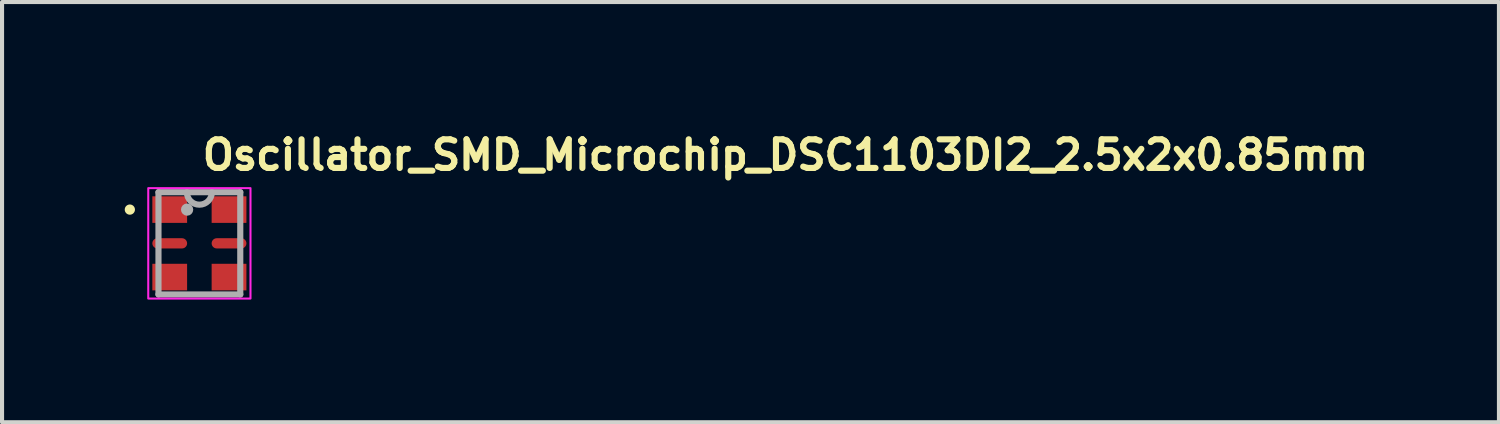
<source format=kicad_pcb>
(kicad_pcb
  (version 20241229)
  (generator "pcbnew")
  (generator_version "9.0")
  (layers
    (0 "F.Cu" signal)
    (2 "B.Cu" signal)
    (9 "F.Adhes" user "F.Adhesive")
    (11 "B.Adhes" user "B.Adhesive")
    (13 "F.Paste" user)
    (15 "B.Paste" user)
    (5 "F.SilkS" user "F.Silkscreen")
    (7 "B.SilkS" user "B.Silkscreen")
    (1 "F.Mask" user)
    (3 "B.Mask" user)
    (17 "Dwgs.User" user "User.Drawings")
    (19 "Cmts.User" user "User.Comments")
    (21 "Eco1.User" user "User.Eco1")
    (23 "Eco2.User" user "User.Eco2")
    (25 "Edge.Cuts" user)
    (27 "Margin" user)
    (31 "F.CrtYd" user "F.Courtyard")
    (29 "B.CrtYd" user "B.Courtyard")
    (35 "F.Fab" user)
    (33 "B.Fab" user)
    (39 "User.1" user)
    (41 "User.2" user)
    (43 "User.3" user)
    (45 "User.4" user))
  (footprint "Oscillator_SMD_Microchip_DSC1103DI2_2.5x2x0.85mm"
    (layer "F.Cu")
    (at 1.825 2.9)
    (property "Reference" "Oscillator_SMD_Microchip_DSC1103DI2_2.5x2x0.85mm" (at 0 -1.75 0) (unlocked yes) (layer "F.SilkS") (effects (font (size 0.7 0.7) (thickness 0.15)) (justify left bottom)))
    (attr smd)
    (fp_circle (center -1.7 -0.825) (end -1.65 -0.825) (stroke (width 0.15) (type solid)) (fill yes) (layer "F.SilkS"))
    (fp_rect (start -1.25 -1.35) (end 1.25 1.35) (stroke (width 0.05) (type solid)) (fill no) (layer "F.CrtYd"))
    (fp_line (start -1 -1.25) (end -1 1.25) (stroke (width 0.15) (type solid)) (layer "F.Fab"))
    (fp_line (start -1 1.25) (end 1 1.25) (stroke (width 0.15) (type solid)) (layer "F.Fab"))
    (fp_line (start 1 -1.25) (end -1 -1.25) (stroke (width 0.15) (type solid)) (layer "F.Fab"))
    (fp_line (start 1 1.25) (end 1 -1.25) (stroke (width 0.15) (type solid)) (layer "F.Fab"))
    (fp_arc (start 0.305 -1.25) (mid 0 -0.945) (end -0.305 -1.25) (stroke (width 0.15) (type solid)) (layer "F.Fab"))
    (fp_circle (center -0.3 -0.825) (end -0.3 -0.825) (stroke (width 0.15) (type solid)) (fill no) (layer "F.Fab"))
    (fp_rect (start -1 -1.25) (end 1 1.25) (stroke (width 0.1) (type solid)) (fill no) (layer "User.5"))
    (fp_line (start -1 -1.25) (end -1 1.25) (stroke (width 0.02) (type solid)) (layer "User.9"))
    (fp_line (start -1 1.25) (end 1 1.25) (stroke (width 0.02) (type solid)) (layer "User.9"))
    (fp_line (start -0.837 -0.958) (end -0.836 -0.948) (stroke (width 0.02) (type solid)) (layer "User.9"))
    (fp_line (start -0.837 -0.958) (end -0.836 -0.948) (stroke (width 0.02) (type solid)) (layer "User.9"))
    (fp_line (start -0.836 -0.979) (end -0.836 -0.969) (stroke (width 0.02) (type solid)) (layer "User.9"))
    (fp_line (start -0.836 -0.979) (end -0.836 -0.969) (stroke (width 0.02) (type solid)) (layer "User.9"))
    (fp_line (start -0.836 -0.969) (end -0.837 -0.958) (stroke (width 0.02) (type solid)) (layer "User.9"))
    (fp_line (start -0.836 -0.969) (end -0.837 -0.958) (stroke (width 0.02) (type solid)) (layer "User.9"))
    (fp_line (start -0.836 -0.948) (end -0.836 -0.937) (stroke (width 0.02) (type solid)) (layer "User.9"))
    (fp_line (start -0.836 -0.948) (end -0.836 -0.937) (stroke (width 0.02) (type solid)) (layer "User.9"))
    (fp_line (start -0.836 -0.937) (end -0.834 -0.927) (stroke (width 0.02) (type solid)) (layer "User.9"))
    (fp_line (start -0.836 -0.937) (end -0.834 -0.927) (stroke (width 0.02) (type solid)) (layer "User.9"))
    (fp_line (start -0.834 -0.989) (end -0.836 -0.979) (stroke (width 0.02) (type solid)) (layer "User.9"))
    (fp_line (start -0.834 -0.989) (end -0.836 -0.979) (stroke (width 0.02) (type solid)) (layer "User.9"))
    (fp_line (start -0.834 -0.927) (end -0.832 -0.917) (stroke (width 0.02) (type solid)) (layer "User.9"))
    (fp_line (start -0.834 -0.927) (end -0.832 -0.917) (stroke (width 0.02) (type solid)) (layer "User.9"))
    (fp_line (start -0.832 -1) (end -0.834 -0.989) (stroke (width 0.02) (type solid)) (layer "User.9"))
    (fp_line (start -0.832 -1) (end -0.834 -0.989) (stroke (width 0.02) (type solid)) (layer "User.9"))
    (fp_line (start -0.832 -0.917) (end -0.83 -0.907) (stroke (width 0.02) (type solid)) (layer "User.9"))
    (fp_line (start -0.832 -0.917) (end -0.83 -0.907) (stroke (width 0.02) (type solid)) (layer "User.9"))
    (fp_line (start -0.83 -1.009) (end -0.832 -1) (stroke (width 0.02) (type solid)) (layer "User.9"))
    (fp_line (start -0.83 -1.009) (end -0.832 -1) (stroke (width 0.02) (type solid)) (layer "User.9"))
    (fp_line (start -0.83 -0.907) (end -0.827 -0.897) (stroke (width 0.02) (type solid)) (layer "User.9"))
    (fp_line (start -0.83 -0.907) (end -0.827 -0.897) (stroke (width 0.02) (type solid)) (layer "User.9"))
    (fp_line (start -0.827 -1.019) (end -0.83 -1.009) (stroke (width 0.02) (type solid)) (layer "User.9"))
    (fp_line (start -0.827 -1.019) (end -0.83 -1.009) (stroke (width 0.02) (type solid)) (layer "User.9"))
    (fp_line (start -0.827 -0.897) (end -0.824 -0.887) (stroke (width 0.02) (type solid)) (layer "User.9"))
    (fp_line (start -0.827 -0.897) (end -0.824 -0.887) (stroke (width 0.02) (type solid)) (layer "User.9"))
    (fp_line (start -0.824 -1.029) (end -0.827 -1.019) (stroke (width 0.02) (type solid)) (layer "User.9"))
    (fp_line (start -0.824 -1.029) (end -0.827 -1.019) (stroke (width 0.02) (type solid)) (layer "User.9"))
    (fp_line (start -0.824 -0.887) (end -0.82 -0.878) (stroke (width 0.02) (type solid)) (layer "User.9"))
    (fp_line (start -0.824 -0.887) (end -0.82 -0.878) (stroke (width 0.02) (type solid)) (layer "User.9"))
    (fp_line (start -0.82 -1.038) (end -0.824 -1.029) (stroke (width 0.02) (type solid)) (layer "User.9"))
    (fp_line (start -0.82 -1.038) (end -0.824 -1.029) (stroke (width 0.02) (type solid)) (layer "User.9"))
    (fp_line (start -0.82 -0.878) (end -0.816 -0.869) (stroke (width 0.02) (type solid)) (layer "User.9"))
    (fp_line (start -0.82 -0.878) (end -0.816 -0.869) (stroke (width 0.02) (type solid)) (layer "User.9"))
    (fp_line (start -0.816 -1.047) (end -0.82 -1.038) (stroke (width 0.02) (type solid)) (layer "User.9"))
    (fp_line (start -0.816 -1.047) (end -0.82 -1.038) (stroke (width 0.02) (type solid)) (layer "User.9"))
    (fp_line (start -0.816 -0.869) (end -0.812 -0.86) (stroke (width 0.02) (type solid)) (layer "User.9"))
    (fp_line (start -0.816 -0.869) (end -0.812 -0.86) (stroke (width 0.02) (type solid)) (layer "User.9"))
    (fp_line (start -0.812 -1.056) (end -0.816 -1.047) (stroke (width 0.02) (type solid)) (layer "User.9"))
    (fp_line (start -0.812 -1.056) (end -0.816 -1.047) (stroke (width 0.02) (type solid)) (layer "User.9"))
    (fp_line (start -0.812 -0.86) (end -0.807 -0.852) (stroke (width 0.02) (type solid)) (layer "User.9"))
    (fp_line (start -0.812 -0.86) (end -0.807 -0.852) (stroke (width 0.02) (type solid)) (layer "User.9"))
    (fp_line (start -0.807 -1.065) (end -0.812 -1.056) (stroke (width 0.02) (type solid)) (layer "User.9"))
    (fp_line (start -0.807 -1.065) (end -0.812 -1.056) (stroke (width 0.02) (type solid)) (layer "User.9"))
    (fp_line (start -0.807 -0.852) (end -0.801 -0.843) (stroke (width 0.02) (type solid)) (layer "User.9"))
    (fp_line (start -0.807 -0.852) (end -0.801 -0.843) (stroke (width 0.02) (type solid)) (layer "User.9"))
    (fp_line (start -0.801 -1.073) (end -0.807 -1.065) (stroke (width 0.02) (type solid)) (layer "User.9"))
    (fp_line (start -0.801 -1.073) (end -0.807 -1.065) (stroke (width 0.02) (type solid)) (layer "User.9"))
    (fp_line (start -0.801 -0.843) (end -0.796 -0.835) (stroke (width 0.02) (type solid)) (layer "User.9"))
    (fp_line (start -0.801 -0.843) (end -0.796 -0.835) (stroke (width 0.02) (type solid)) (layer "User.9"))
    (fp_line (start -0.796 -1.081) (end -0.801 -1.073) (stroke (width 0.02) (type solid)) (layer "User.9"))
    (fp_line (start -0.796 -1.081) (end -0.801 -1.073) (stroke (width 0.02) (type solid)) (layer "User.9"))
    (fp_line (start -0.796 -0.835) (end -0.79 -0.827) (stroke (width 0.02) (type solid)) (layer "User.9"))
    (fp_line (start -0.796 -0.835) (end -0.79 -0.827) (stroke (width 0.02) (type solid)) (layer "User.9"))
    (fp_line (start -0.79 -1.089) (end -0.796 -1.081) (stroke (width 0.02) (type solid)) (layer "User.9"))
    (fp_line (start -0.79 -1.089) (end -0.796 -1.081) (stroke (width 0.02) (type solid)) (layer "User.9"))
    (fp_line (start -0.79 -0.827) (end -0.783 -0.82) (stroke (width 0.02) (type solid)) (layer "User.9"))
    (fp_line (start -0.79 -0.827) (end -0.783 -0.82) (stroke (width 0.02) (type solid)) (layer "User.9"))
    (fp_line (start -0.783 -1.096) (end -0.79 -1.089) (stroke (width 0.02) (type solid)) (layer "User.9"))
    (fp_line (start -0.783 -1.096) (end -0.79 -1.089) (stroke (width 0.02) (type solid)) (layer "User.9"))
    (fp_line (start -0.783 -0.82) (end -0.776 -0.813) (stroke (width 0.02) (type solid)) (layer "User.9"))
    (fp_line (start -0.783 -0.82) (end -0.776 -0.813) (stroke (width 0.02) (type solid)) (layer "User.9"))
    (fp_line (start -0.776 -1.103) (end -0.783 -1.096) (stroke (width 0.02) (type solid)) (layer "User.9"))
    (fp_line (start -0.776 -1.103) (end -0.783 -1.096) (stroke (width 0.02) (type solid)) (layer "User.9"))
    (fp_line (start -0.776 -0.813) (end -0.769 -0.806) (stroke (width 0.02) (type solid)) (layer "User.9"))
    (fp_line (start -0.776 -0.813) (end -0.769 -0.806) (stroke (width 0.02) (type solid)) (layer "User.9"))
    (fp_line (start -0.769 -1.11) (end -0.776 -1.103) (stroke (width 0.02) (type solid)) (layer "User.9"))
    (fp_line (start -0.769 -1.11) (end -0.776 -1.103) (stroke (width 0.02) (type solid)) (layer "User.9"))
    (fp_line (start -0.769 -0.806) (end -0.762 -0.8) (stroke (width 0.02) (type solid)) (layer "User.9"))
    (fp_line (start -0.769 -0.806) (end -0.762 -0.8) (stroke (width 0.02) (type solid)) (layer "User.9"))
    (fp_line (start -0.762 -1.117) (end -0.769 -1.11) (stroke (width 0.02) (type solid)) (layer "User.9"))
    (fp_line (start -0.762 -1.117) (end -0.769 -1.11) (stroke (width 0.02) (type solid)) (layer "User.9"))
    (fp_line (start -0.762 -0.8) (end -0.754 -0.793) (stroke (width 0.02) (type solid)) (layer "User.9"))
    (fp_line (start -0.762 -0.8) (end -0.754 -0.793) (stroke (width 0.02) (type solid)) (layer "User.9"))
    (fp_line (start -0.754 -1.123) (end -0.762 -1.117) (stroke (width 0.02) (type solid)) (layer "User.9"))
    (fp_line (start -0.754 -1.123) (end -0.762 -1.117) (stroke (width 0.02) (type solid)) (layer "User.9"))
    (fp_line (start -0.754 -0.793) (end -0.746 -0.788) (stroke (width 0.02) (type solid)) (layer "User.9"))
    (fp_line (start -0.754 -0.793) (end -0.746 -0.788) (stroke (width 0.02) (type solid)) (layer "User.9"))
    (fp_line (start -0.746 -1.128) (end -0.754 -1.123) (stroke (width 0.02) (type solid)) (layer "User.9"))
    (fp_line (start -0.746 -1.128) (end -0.754 -1.123) (stroke (width 0.02) (type solid)) (layer "User.9"))
    (fp_line (start -0.746 -0.788) (end -0.737 -0.782) (stroke (width 0.02) (type solid)) (layer "User.9"))
    (fp_line (start -0.746 -0.788) (end -0.737 -0.782) (stroke (width 0.02) (type solid)) (layer "User.9"))
    (fp_line (start -0.737 -1.134) (end -0.746 -1.128) (stroke (width 0.02) (type solid)) (layer "User.9"))
    (fp_line (start -0.737 -1.134) (end -0.746 -1.128) (stroke (width 0.02) (type solid)) (layer "User.9"))
    (fp_line (start -0.737 -0.782) (end -0.729 -0.777) (stroke (width 0.02) (type solid)) (layer "User.9"))
    (fp_line (start -0.737 -0.782) (end -0.729 -0.777) (stroke (width 0.02) (type solid)) (layer "User.9"))
    (fp_line (start -0.729 -1.139) (end -0.737 -1.134) (stroke (width 0.02) (type solid)) (layer "User.9"))
    (fp_line (start -0.729 -1.139) (end -0.737 -1.134) (stroke (width 0.02) (type solid)) (layer "User.9"))
    (fp_line (start -0.729 -0.777) (end -0.72 -0.773) (stroke (width 0.02) (type solid)) (layer "User.9"))
    (fp_line (start -0.729 -0.777) (end -0.72 -0.773) (stroke (width 0.02) (type solid)) (layer "User.9"))
    (fp_line (start -0.72 -1.143) (end -0.729 -1.139) (stroke (width 0.02) (type solid)) (layer "User.9"))
    (fp_line (start -0.72 -1.143) (end -0.729 -1.139) (stroke (width 0.02) (type solid)) (layer "User.9"))
    (fp_line (start -0.72 -0.773) (end -0.711 -0.769) (stroke (width 0.02) (type solid)) (layer "User.9"))
    (fp_line (start -0.72 -0.773) (end -0.711 -0.769) (stroke (width 0.02) (type solid)) (layer "User.9"))
    (fp_line (start -0.711 -1.147) (end -0.72 -1.143) (stroke (width 0.02) (type solid)) (layer "User.9"))
    (fp_line (start -0.711 -1.147) (end -0.72 -1.143) (stroke (width 0.02) (type solid)) (layer "User.9"))
    (fp_line (start -0.711 -0.769) (end -0.702 -0.765) (stroke (width 0.02) (type solid)) (layer "User.9"))
    (fp_line (start -0.711 -0.769) (end -0.702 -0.765) (stroke (width 0.02) (type solid)) (layer "User.9"))
    (fp_line (start -0.702 -1.151) (end -0.711 -1.147) (stroke (width 0.02) (type solid)) (layer "User.9"))
    (fp_line (start -0.702 -1.151) (end -0.711 -1.147) (stroke (width 0.02) (type solid)) (layer "User.9"))
    (fp_line (start -0.702 -0.765) (end -0.692 -0.762) (stroke (width 0.02) (type solid)) (layer "User.9"))
    (fp_line (start -0.702 -0.765) (end -0.692 -0.762) (stroke (width 0.02) (type solid)) (layer "User.9"))
    (fp_line (start -0.692 -1.154) (end -0.702 -1.151) (stroke (width 0.02) (type solid)) (layer "User.9"))
    (fp_line (start -0.692 -1.154) (end -0.702 -1.151) (stroke (width 0.02) (type solid)) (layer "User.9"))
    (fp_line (start -0.692 -0.762) (end -0.682 -0.759) (stroke (width 0.02) (type solid)) (layer "User.9"))
    (fp_line (start -0.692 -0.762) (end -0.682 -0.759) (stroke (width 0.02) (type solid)) (layer "User.9"))
    (fp_line (start -0.682 -1.157) (end -0.692 -1.154) (stroke (width 0.02) (type solid)) (layer "User.9"))
    (fp_line (start -0.682 -1.157) (end -0.692 -1.154) (stroke (width 0.02) (type solid)) (layer "User.9"))
    (fp_line (start -0.682 -0.759) (end -0.672 -0.757) (stroke (width 0.02) (type solid)) (layer "User.9"))
    (fp_line (start -0.682 -0.759) (end -0.672 -0.757) (stroke (width 0.02) (type solid)) (layer "User.9"))
    (fp_line (start -0.672 -1.159) (end -0.682 -1.157) (stroke (width 0.02) (type solid)) (layer "User.9"))
    (fp_line (start -0.672 -1.159) (end -0.682 -1.157) (stroke (width 0.02) (type solid)) (layer "User.9"))
    (fp_line (start -0.672 -0.757) (end -0.662 -0.755) (stroke (width 0.02) (type solid)) (layer "User.9"))
    (fp_line (start -0.672 -0.757) (end -0.662 -0.755) (stroke (width 0.02) (type solid)) (layer "User.9"))
    (fp_line (start -0.662 -1.161) (end -0.672 -1.159) (stroke (width 0.02) (type solid)) (layer "User.9"))
    (fp_line (start -0.662 -1.161) (end -0.672 -1.159) (stroke (width 0.02) (type solid)) (layer "User.9"))
    (fp_line (start -0.662 -0.755) (end -0.652 -0.754) (stroke (width 0.02) (type solid)) (layer "User.9"))
    (fp_line (start -0.662 -0.755) (end -0.652 -0.754) (stroke (width 0.02) (type solid)) (layer "User.9"))
    (fp_line (start -0.652 -1.162) (end -0.662 -1.161) (stroke (width 0.02) (type solid)) (layer "User.9"))
    (fp_line (start -0.652 -1.162) (end -0.662 -1.161) (stroke (width 0.02) (type solid)) (layer "User.9"))
    (fp_line (start -0.652 -0.754) (end -0.641 -0.753) (stroke (width 0.02) (type solid)) (layer "User.9"))
    (fp_line (start -0.652 -0.754) (end -0.641 -0.753) (stroke (width 0.02) (type solid)) (layer "User.9"))
    (fp_line (start -0.641 -1.163) (end -0.652 -1.162) (stroke (width 0.02) (type solid)) (layer "User.9"))
    (fp_line (start -0.641 -1.163) (end -0.652 -1.162) (stroke (width 0.02) (type solid)) (layer "User.9"))
    (fp_line (start -0.641 -0.753) (end -0.631 -0.753) (stroke (width 0.02) (type solid)) (layer "User.9"))
    (fp_line (start -0.641 -0.753) (end -0.631 -0.753) (stroke (width 0.02) (type solid)) (layer "User.9"))
    (fp_line (start -0.631 -1.164) (end -0.641 -1.163) (stroke (width 0.02) (type solid)) (layer "User.9"))
    (fp_line (start -0.631 -1.164) (end -0.641 -1.163) (stroke (width 0.02) (type solid)) (layer "User.9"))
    (fp_line (start -0.631 -0.753) (end -0.62 -0.753) (stroke (width 0.02) (type solid)) (layer "User.9"))
    (fp_line (start -0.631 -0.753) (end -0.62 -0.753) (stroke (width 0.02) (type solid)) (layer "User.9"))
    (fp_line (start -0.62 -1.163) (end -0.631 -1.164) (stroke (width 0.02) (type solid)) (layer "User.9"))
    (fp_line (start -0.62 -1.163) (end -0.631 -1.164) (stroke (width 0.02) (type solid)) (layer "User.9"))
    (fp_line (start -0.62 -0.753) (end -0.61 -0.754) (stroke (width 0.02) (type solid)) (layer "User.9"))
    (fp_line (start -0.62 -0.753) (end -0.61 -0.754) (stroke (width 0.02) (type solid)) (layer "User.9"))
    (fp_line (start -0.61 -1.162) (end -0.62 -1.163) (stroke (width 0.02) (type solid)) (layer "User.9"))
    (fp_line (start -0.61 -1.162) (end -0.62 -1.163) (stroke (width 0.02) (type solid)) (layer "User.9"))
    (fp_line (start -0.61 -0.754) (end -0.6 -0.755) (stroke (width 0.02) (type solid)) (layer "User.9"))
    (fp_line (start -0.61 -0.754) (end -0.6 -0.755) (stroke (width 0.02) (type solid)) (layer "User.9"))
    (fp_line (start -0.6 -1.161) (end -0.61 -1.162) (stroke (width 0.02) (type solid)) (layer "User.9"))
    (fp_line (start -0.6 -1.161) (end -0.61 -1.162) (stroke (width 0.02) (type solid)) (layer "User.9"))
    (fp_line (start -0.6 -0.755) (end -0.589 -0.757) (stroke (width 0.02) (type solid)) (layer "User.9"))
    (fp_line (start -0.6 -0.755) (end -0.589 -0.757) (stroke (width 0.02) (type solid)) (layer "User.9"))
    (fp_line (start -0.589 -1.159) (end -0.6 -1.161) (stroke (width 0.02) (type solid)) (layer "User.9"))
    (fp_line (start -0.589 -1.159) (end -0.6 -1.161) (stroke (width 0.02) (type solid)) (layer "User.9"))
    (fp_line (start -0.589 -0.757) (end -0.579 -0.759) (stroke (width 0.02) (type solid)) (layer "User.9"))
    (fp_line (start -0.589 -0.757) (end -0.579 -0.759) (stroke (width 0.02) (type solid)) (layer "User.9"))
    (fp_line (start -0.579 -1.157) (end -0.589 -1.159) (stroke (width 0.02) (type solid)) (layer "User.9"))
    (fp_line (start -0.579 -1.157) (end -0.589 -1.159) (stroke (width 0.02) (type solid)) (layer "User.9"))
    (fp_line (start -0.579 -0.759) (end -0.57 -0.762) (stroke (width 0.02) (type solid)) (layer "User.9"))
    (fp_line (start -0.579 -0.759) (end -0.57 -0.762) (stroke (width 0.02) (type solid)) (layer "User.9"))
    (fp_line (start -0.57 -1.154) (end -0.579 -1.157) (stroke (width 0.02) (type solid)) (layer "User.9"))
    (fp_line (start -0.57 -1.154) (end -0.579 -1.157) (stroke (width 0.02) (type solid)) (layer "User.9"))
    (fp_line (start -0.57 -0.762) (end -0.56 -0.765) (stroke (width 0.02) (type solid)) (layer "User.9"))
    (fp_line (start -0.57 -0.762) (end -0.56 -0.765) (stroke (width 0.02) (type solid)) (layer "User.9"))
    (fp_line (start -0.56 -1.151) (end -0.57 -1.154) (stroke (width 0.02) (type solid)) (layer "User.9"))
    (fp_line (start -0.56 -1.151) (end -0.57 -1.154) (stroke (width 0.02) (type solid)) (layer "User.9"))
    (fp_line (start -0.56 -0.765) (end -0.551 -0.769) (stroke (width 0.02) (type solid)) (layer "User.9"))
    (fp_line (start -0.56 -0.765) (end -0.551 -0.769) (stroke (width 0.02) (type solid)) (layer "User.9"))
    (fp_line (start -0.551 -1.147) (end -0.56 -1.151) (stroke (width 0.02) (type solid)) (layer "User.9"))
    (fp_line (start -0.551 -1.147) (end -0.56 -1.151) (stroke (width 0.02) (type solid)) (layer "User.9"))
    (fp_line (start -0.551 -0.769) (end -0.542 -0.773) (stroke (width 0.02) (type solid)) (layer "User.9"))
    (fp_line (start -0.551 -0.769) (end -0.542 -0.773) (stroke (width 0.02) (type solid)) (layer "User.9"))
    (fp_line (start -0.542 -1.143) (end -0.551 -1.147) (stroke (width 0.02) (type solid)) (layer "User.9"))
    (fp_line (start -0.542 -1.143) (end -0.551 -1.147) (stroke (width 0.02) (type solid)) (layer "User.9"))
    (fp_line (start -0.542 -0.773) (end -0.533 -0.777) (stroke (width 0.02) (type solid)) (layer "User.9"))
    (fp_line (start -0.542 -0.773) (end -0.533 -0.777) (stroke (width 0.02) (type solid)) (layer "User.9"))
    (fp_line (start -0.533 -1.139) (end -0.542 -1.143) (stroke (width 0.02) (type solid)) (layer "User.9"))
    (fp_line (start -0.533 -1.139) (end -0.542 -1.143) (stroke (width 0.02) (type solid)) (layer "User.9"))
    (fp_line (start -0.533 -0.777) (end -0.524 -0.782) (stroke (width 0.02) (type solid)) (layer "User.9"))
    (fp_line (start -0.533 -0.777) (end -0.524 -0.782) (stroke (width 0.02) (type solid)) (layer "User.9"))
    (fp_line (start -0.524 -1.134) (end -0.533 -1.139) (stroke (width 0.02) (type solid)) (layer "User.9"))
    (fp_line (start -0.524 -1.134) (end -0.533 -1.139) (stroke (width 0.02) (type solid)) (layer "User.9"))
    (fp_line (start -0.524 -0.782) (end -0.516 -0.788) (stroke (width 0.02) (type solid)) (layer "User.9"))
    (fp_line (start -0.524 -0.782) (end -0.516 -0.788) (stroke (width 0.02) (type solid)) (layer "User.9"))
    (fp_line (start -0.516 -1.128) (end -0.524 -1.134) (stroke (width 0.02) (type solid)) (layer "User.9"))
    (fp_line (start -0.516 -1.128) (end -0.524 -1.134) (stroke (width 0.02) (type solid)) (layer "User.9"))
    (fp_line (start -0.516 -0.788) (end -0.508 -0.793) (stroke (width 0.02) (type solid)) (layer "User.9"))
    (fp_line (start -0.516 -0.788) (end -0.508 -0.793) (stroke (width 0.02) (type solid)) (layer "User.9"))
    (fp_line (start -0.508 -1.123) (end -0.516 -1.128) (stroke (width 0.02) (type solid)) (layer "User.9"))
    (fp_line (start -0.508 -1.123) (end -0.516 -1.128) (stroke (width 0.02) (type solid)) (layer "User.9"))
    (fp_line (start -0.508 -0.793) (end -0.5 -0.8) (stroke (width 0.02) (type solid)) (layer "User.9"))
    (fp_line (start -0.508 -0.793) (end -0.5 -0.8) (stroke (width 0.02) (type solid)) (layer "User.9"))
    (fp_line (start -0.5 -1.117) (end -0.508 -1.123) (stroke (width 0.02) (type solid)) (layer "User.9"))
    (fp_line (start -0.5 -1.117) (end -0.508 -1.123) (stroke (width 0.02) (type solid)) (layer "User.9"))
    (fp_line (start -0.5 -0.8) (end -0.493 -0.806) (stroke (width 0.02) (type solid)) (layer "User.9"))
    (fp_line (start -0.5 -0.8) (end -0.493 -0.806) (stroke (width 0.02) (type solid)) (layer "User.9"))
    (fp_line (start -0.493 -1.11) (end -0.5 -1.117) (stroke (width 0.02) (type solid)) (layer "User.9"))
    (fp_line (start -0.493 -1.11) (end -0.5 -1.117) (stroke (width 0.02) (type solid)) (layer "User.9"))
    (fp_line (start -0.493 -0.806) (end -0.485 -0.813) (stroke (width 0.02) (type solid)) (layer "User.9"))
    (fp_line (start -0.493 -0.806) (end -0.485 -0.813) (stroke (width 0.02) (type solid)) (layer "User.9"))
    (fp_line (start -0.485 -1.103) (end -0.493 -1.11) (stroke (width 0.02) (type solid)) (layer "User.9"))
    (fp_line (start -0.485 -1.103) (end -0.493 -1.11) (stroke (width 0.02) (type solid)) (layer "User.9"))
    (fp_line (start -0.485 -0.813) (end -0.479 -0.82) (stroke (width 0.02) (type solid)) (layer "User.9"))
    (fp_line (start -0.485 -0.813) (end -0.479 -0.82) (stroke (width 0.02) (type solid)) (layer "User.9"))
    (fp_line (start -0.479 -1.096) (end -0.485 -1.103) (stroke (width 0.02) (type solid)) (layer "User.9"))
    (fp_line (start -0.479 -1.096) (end -0.485 -1.103) (stroke (width 0.02) (type solid)) (layer "User.9"))
    (fp_line (start -0.479 -0.82) (end -0.472 -0.827) (stroke (width 0.02) (type solid)) (layer "User.9"))
    (fp_line (start -0.479 -0.82) (end -0.472 -0.827) (stroke (width 0.02) (type solid)) (layer "User.9"))
    (fp_line (start -0.472 -1.089) (end -0.479 -1.096) (stroke (width 0.02) (type solid)) (layer "User.9"))
    (fp_line (start -0.472 -1.089) (end -0.479 -1.096) (stroke (width 0.02) (type solid)) (layer "User.9"))
    (fp_line (start -0.472 -0.827) (end -0.466 -0.835) (stroke (width 0.02) (type solid)) (layer "User.9"))
    (fp_line (start -0.472 -0.827) (end -0.466 -0.835) (stroke (width 0.02) (type solid)) (layer "User.9"))
    (fp_line (start -0.466 -1.081) (end -0.472 -1.089) (stroke (width 0.02) (type solid)) (layer "User.9"))
    (fp_line (start -0.466 -1.081) (end -0.472 -1.089) (stroke (width 0.02) (type solid)) (layer "User.9"))
    (fp_line (start -0.466 -0.835) (end -0.46 -0.843) (stroke (width 0.02) (type solid)) (layer "User.9"))
    (fp_line (start -0.466 -0.835) (end -0.46 -0.843) (stroke (width 0.02) (type solid)) (layer "User.9"))
    (fp_line (start -0.46 -1.073) (end -0.466 -1.081) (stroke (width 0.02) (type solid)) (layer "User.9"))
    (fp_line (start -0.46 -1.073) (end -0.466 -1.081) (stroke (width 0.02) (type solid)) (layer "User.9"))
    (fp_line (start -0.46 -0.843) (end -0.455 -0.852) (stroke (width 0.02) (type solid)) (layer "User.9"))
    (fp_line (start -0.46 -0.843) (end -0.455 -0.852) (stroke (width 0.02) (type solid)) (layer "User.9"))
    (fp_line (start -0.455 -1.065) (end -0.46 -1.073) (stroke (width 0.02) (type solid)) (layer "User.9"))
    (fp_line (start -0.455 -1.065) (end -0.46 -1.073) (stroke (width 0.02) (type solid)) (layer "User.9"))
    (fp_line (start -0.455 -0.852) (end -0.45 -0.86) (stroke (width 0.02) (type solid)) (layer "User.9"))
    (fp_line (start -0.455 -0.852) (end -0.45 -0.86) (stroke (width 0.02) (type solid)) (layer "User.9"))
    (fp_line (start -0.45 -1.056) (end -0.455 -1.065) (stroke (width 0.02) (type solid)) (layer "User.9"))
    (fp_line (start -0.45 -1.056) (end -0.455 -1.065) (stroke (width 0.02) (type solid)) (layer "User.9"))
    (fp_line (start -0.45 -0.86) (end -0.445 -0.869) (stroke (width 0.02) (type solid)) (layer "User.9"))
    (fp_line (start -0.45 -0.86) (end -0.445 -0.869) (stroke (width 0.02) (type solid)) (layer "User.9"))
    (fp_line (start -0.445 -1.047) (end -0.45 -1.056) (stroke (width 0.02) (type solid)) (layer "User.9"))
    (fp_line (start -0.445 -1.047) (end -0.45 -1.056) (stroke (width 0.02) (type solid)) (layer "User.9"))
    (fp_line (start -0.445 -0.869) (end -0.441 -0.878) (stroke (width 0.02) (type solid)) (layer "User.9"))
    (fp_line (start -0.445 -0.869) (end -0.441 -0.878) (stroke (width 0.02) (type solid)) (layer "User.9"))
    (fp_line (start -0.441 -1.038) (end -0.445 -1.047) (stroke (width 0.02) (type solid)) (layer "User.9"))
    (fp_line (start -0.441 -1.038) (end -0.445 -1.047) (stroke (width 0.02) (type solid)) (layer "User.9"))
    (fp_line (start -0.441 -0.878) (end -0.438 -0.887) (stroke (width 0.02) (type solid)) (layer "User.9"))
    (fp_line (start -0.441 -0.878) (end -0.438 -0.887) (stroke (width 0.02) (type solid)) (layer "User.9"))
    (fp_line (start -0.438 -1.029) (end -0.441 -1.038) (stroke (width 0.02) (type solid)) (layer "User.9"))
    (fp_line (start -0.438 -1.029) (end -0.441 -1.038) (stroke (width 0.02) (type solid)) (layer "User.9"))
    (fp_line (start -0.438 -0.887) (end -0.434 -0.897) (stroke (width 0.02) (type solid)) (layer "User.9"))
    (fp_line (start -0.438 -0.887) (end -0.434 -0.897) (stroke (width 0.02) (type solid)) (layer "User.9"))
    (fp_line (start -0.434 -1.019) (end -0.438 -1.029) (stroke (width 0.02) (type solid)) (layer "User.9"))
    (fp_line (start -0.434 -1.019) (end -0.438 -1.029) (stroke (width 0.02) (type solid)) (layer "User.9"))
    (fp_line (start -0.434 -0.897) (end -0.432 -0.907) (stroke (width 0.02) (type solid)) (layer "User.9"))
    (fp_line (start -0.434 -0.897) (end -0.432 -0.907) (stroke (width 0.02) (type solid)) (layer "User.9"))
    (fp_line (start -0.432 -1.009) (end -0.434 -1.019) (stroke (width 0.02) (type solid)) (layer "User.9"))
    (fp_line (start -0.432 -1.009) (end -0.434 -1.019) (stroke (width 0.02) (type solid)) (layer "User.9"))
    (fp_line (start -0.432 -0.907) (end -0.429 -0.917) (stroke (width 0.02) (type solid)) (layer "User.9"))
    (fp_line (start -0.432 -0.907) (end -0.429 -0.917) (stroke (width 0.02) (type solid)) (layer "User.9"))
    (fp_line (start -0.429 -1) (end -0.432 -1.009) (stroke (width 0.02) (type solid)) (layer "User.9"))
    (fp_line (start -0.429 -1) (end -0.432 -1.009) (stroke (width 0.02) (type solid)) (layer "User.9"))
    (fp_line (start -0.429 -0.917) (end -0.427 -0.927) (stroke (width 0.02) (type solid)) (layer "User.9"))
    (fp_line (start -0.429 -0.917) (end -0.427 -0.927) (stroke (width 0.02) (type solid)) (layer "User.9"))
    (fp_line (start -0.427 -0.989) (end -0.429 -1) (stroke (width 0.02) (type solid)) (layer "User.9"))
    (fp_line (start -0.427 -0.989) (end -0.429 -1) (stroke (width 0.02) (type solid)) (layer "User.9"))
    (fp_line (start -0.427 -0.927) (end -0.426 -0.937) (stroke (width 0.02) (type solid)) (layer "User.9"))
    (fp_line (start -0.427 -0.927) (end -0.426 -0.937) (stroke (width 0.02) (type solid)) (layer "User.9"))
    (fp_line (start -0.426 -0.979) (end -0.427 -0.989) (stroke (width 0.02) (type solid)) (layer "User.9"))
    (fp_line (start -0.426 -0.979) (end -0.427 -0.989) (stroke (width 0.02) (type solid)) (layer "User.9"))
    (fp_line (start -0.426 -0.937) (end -0.425 -0.948) (stroke (width 0.02) (type solid)) (layer "User.9"))
    (fp_line (start -0.426 -0.937) (end -0.425 -0.948) (stroke (width 0.02) (type solid)) (layer "User.9"))
    (fp_line (start -0.425 -0.969) (end -0.426 -0.979) (stroke (width 0.02) (type solid)) (layer "User.9"))
    (fp_line (start -0.425 -0.969) (end -0.426 -0.979) (stroke (width 0.02) (type solid)) (layer "User.9"))
    (fp_line (start -0.425 -0.958) (end -0.425 -0.969) (stroke (width 0.02) (type solid)) (layer "User.9"))
    (fp_line (start -0.425 -0.958) (end -0.425 -0.969) (stroke (width 0.02) (type solid)) (layer "User.9"))
    (fp_line (start -0.425 -0.948) (end -0.425 -0.958) (stroke (width 0.02) (type solid)) (layer "User.9"))
    (fp_line (start -0.425 -0.948) (end -0.425 -0.958) (stroke (width 0.02) (type solid)) (layer "User.9"))
    (fp_line (start 1 -1.25) (end -1 -1.25) (stroke (width 0.02) (type solid)) (layer "User.9"))
    (fp_line (start 1 1.25) (end 1 -1.25) (stroke (width 0.02) (type solid)) (layer "User.9"))
    (pad "1" smd rect (at -0.725 -0.825) (size 0.85 0.65) (layers "F.Cu" "F.Mask" "F.Paste"))
    (pad "2" smd oval (at -0.725 0) (size 0.85 0.25) (layers "F.Cu" "F.Mask" "F.Paste"))
    (pad "3" smd rect (at -0.725 0.825) (size 0.85 0.65) (layers "F.Cu" "F.Mask" "F.Paste"))
    (pad "4" smd rect (at 0.725 0.825) (size 0.85 0.65) (layers "F.Cu" "F.Mask" "F.Paste"))
    (pad "5" smd oval (at 0.725 0) (size 0.85 0.25) (layers "F.Cu" "F.Mask" "F.Paste"))
    (pad "6" smd rect (at 0.725 -0.825) (size 0.85 0.65) (layers "F.Cu" "F.Mask" "F.Paste")))
  (gr_rect
    (start -3 -3)
    (end 33.602 7.275)
    (stroke (width 0.1) (type default))
    (fill no)
    (layer "Edge.Cuts")))
</source>
